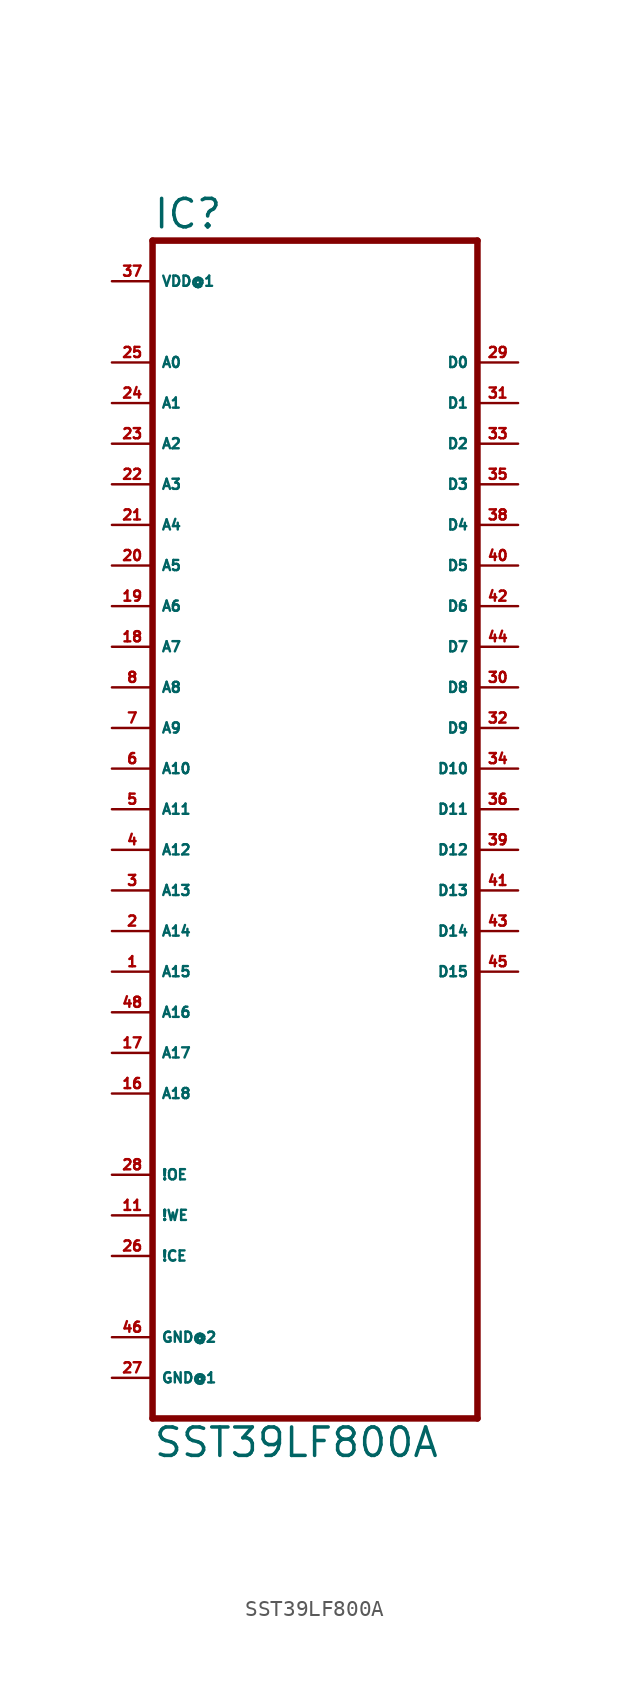
<source format=kicad_sym>
(kicad_symbol_lib
  (version 20220914)
  (generator Eagle2Kicad)
  (symbol "SST39LF800A"
    (property "Reference" "IC"
      (at -10.16 33.655 0)
      (effects (font (size 1.778 1.778) (thickness 0.22)) (justify left bottom)))
    (property "Value" "SST39LF800A"
      (at -10.16 -43.18 0)
      (effects (font (size 1.778 1.778) (thickness 0.22)) (justify left bottom)))
    (polyline
      (pts (xy -10.16 -40.64) (xy 10.16 -40.64))
      (stroke (width 0.406) (type default))
      (fill (type none)))
    (polyline
      (pts (xy 10.16 -40.64) (xy 10.16 33.02))
      (stroke (width 0.406) (type default))
      (fill (type none)))
    (polyline
      (pts (xy 10.16 33.02) (xy -10.16 33.02))
      (stroke (width 0.406) (type default))
      (fill (type none)))
    (polyline
      (pts (xy -10.16 33.02) (xy -10.16 -40.64))
      (stroke (width 0.406) (type default))
      (fill (type none)))
    (pin input line
      (at -12.7 7.62 0)
      (length 2.54)
      (name "A7" (effects (font (size 0.635 0.635) (thickness 0.08)) (justify left bottom)))
      (number "18" (effects (font (size 0.635 0.635) (thickness 0.08)) (justify left bottom))))
    (pin input line
      (at -12.7 10.16 0)
      (length 2.54)
      (name "A6" (effects (font (size 0.635 0.635) (thickness 0.08)) (justify left bottom)))
      (number "19" (effects (font (size 0.635 0.635) (thickness 0.08)) (justify left bottom))))
    (pin input line
      (at -12.7 12.7 0)
      (length 2.54)
      (name "A5" (effects (font (size 0.635 0.635) (thickness 0.08)) (justify left bottom)))
      (number "20" (effects (font (size 0.635 0.635) (thickness 0.08)) (justify left bottom))))
    (pin input line
      (at -12.7 15.24 0)
      (length 2.54)
      (name "A4" (effects (font (size 0.635 0.635) (thickness 0.08)) (justify left bottom)))
      (number "21" (effects (font (size 0.635 0.635) (thickness 0.08)) (justify left bottom))))
    (pin input line
      (at -12.7 17.78 0)
      (length 2.54)
      (name "A3" (effects (font (size 0.635 0.635) (thickness 0.08)) (justify left bottom)))
      (number "22" (effects (font (size 0.635 0.635) (thickness 0.08)) (justify left bottom))))
    (pin input line
      (at -12.7 20.32 0)
      (length 2.54)
      (name "A2" (effects (font (size 0.635 0.635) (thickness 0.08)) (justify left bottom)))
      (number "23" (effects (font (size 0.635 0.635) (thickness 0.08)) (justify left bottom))))
    (pin input line
      (at -12.7 22.86 0)
      (length 2.54)
      (name "A1" (effects (font (size 0.635 0.635) (thickness 0.08)) (justify left bottom)))
      (number "24" (effects (font (size 0.635 0.635) (thickness 0.08)) (justify left bottom))))
    (pin input line
      (at -12.7 25.4 0)
      (length 2.54)
      (name "A0" (effects (font (size 0.635 0.635) (thickness 0.08)) (justify left bottom)))
      (number "25" (effects (font (size 0.635 0.635) (thickness 0.08)) (justify left bottom))))
    (pin bidirectional line
      (at 12.7 25.4 180)
      (length 2.54)
      (name "D0" (effects (font (size 0.635 0.635) (thickness 0.08)) (justify left bottom)))
      (number "29" (effects (font (size 0.635 0.635) (thickness 0.08)) (justify left bottom))))
    (pin bidirectional line
      (at 12.7 22.86 180)
      (length 2.54)
      (name "D1" (effects (font (size 0.635 0.635) (thickness 0.08)) (justify left bottom)))
      (number "31" (effects (font (size 0.635 0.635) (thickness 0.08)) (justify left bottom))))
    (pin bidirectional line
      (at 12.7 20.32 180)
      (length 2.54)
      (name "D2" (effects (font (size 0.635 0.635) (thickness 0.08)) (justify left bottom)))
      (number "33" (effects (font (size 0.635 0.635) (thickness 0.08)) (justify left bottom))))
    (pin bidirectional line
      (at 12.7 17.78 180)
      (length 2.54)
      (name "D3" (effects (font (size 0.635 0.635) (thickness 0.08)) (justify left bottom)))
      (number "35" (effects (font (size 0.635 0.635) (thickness 0.08)) (justify left bottom))))
    (pin bidirectional line
      (at 12.7 15.24 180)
      (length 2.54)
      (name "D4" (effects (font (size 0.635 0.635) (thickness 0.08)) (justify left bottom)))
      (number "38" (effects (font (size 0.635 0.635) (thickness 0.08)) (justify left bottom))))
    (pin bidirectional line
      (at 12.7 12.7 180)
      (length 2.54)
      (name "D5" (effects (font (size 0.635 0.635) (thickness 0.08)) (justify left bottom)))
      (number "40" (effects (font (size 0.635 0.635) (thickness 0.08)) (justify left bottom))))
    (pin bidirectional line
      (at 12.7 10.16 180)
      (length 2.54)
      (name "D6" (effects (font (size 0.635 0.635) (thickness 0.08)) (justify left bottom)))
      (number "42" (effects (font (size 0.635 0.635) (thickness 0.08)) (justify left bottom))))
    (pin bidirectional line
      (at 12.7 7.62 180)
      (length 2.54)
      (name "D7" (effects (font (size 0.635 0.635) (thickness 0.08)) (justify left bottom)))
      (number "44" (effects (font (size 0.635 0.635) (thickness 0.08)) (justify left bottom))))
    (pin input line
      (at -12.7 -30.48 0)
      (length 2.54)
      (name "!CE" (effects (font (size 0.635 0.635) (thickness 0.08)) (justify left bottom)))
      (number "26" (effects (font (size 0.635 0.635) (thickness 0.08)) (justify left bottom))))
    (pin input line
      (at -12.7 0 0)
      (length 2.54)
      (name "A10" (effects (font (size 0.635 0.635) (thickness 0.08)) (justify left bottom)))
      (number "6" (effects (font (size 0.635 0.635) (thickness 0.08)) (justify left bottom))))
    (pin input line
      (at -12.7 -27.94 0)
      (length 2.54)
      (name "!WE" (effects (font (size 0.635 0.635) (thickness 0.08)) (justify left bottom)))
      (number "11" (effects (font (size 0.635 0.635) (thickness 0.08)) (justify left bottom))))
    (pin input line
      (at -12.7 2.54 0)
      (length 2.54)
      (name "A9" (effects (font (size 0.635 0.635) (thickness 0.08)) (justify left bottom)))
      (number "7" (effects (font (size 0.635 0.635) (thickness 0.08)) (justify left bottom))))
    (pin input line
      (at -12.7 5.08 0)
      (length 2.54)
      (name "A8" (effects (font (size 0.635 0.635) (thickness 0.08)) (justify left bottom)))
      (number "8" (effects (font (size 0.635 0.635) (thickness 0.08)) (justify left bottom))))
    (pin input line
      (at -12.7 -2.54 0)
      (length 2.54)
      (name "A11" (effects (font (size 0.635 0.635) (thickness 0.08)) (justify left bottom)))
      (number "5" (effects (font (size 0.635 0.635) (thickness 0.08)) (justify left bottom))))
    (pin bidirectional line
      (at 12.7 5.08 180)
      (length 2.54)
      (name "D8" (effects (font (size 0.635 0.635) (thickness 0.08)) (justify left bottom)))
      (number "30" (effects (font (size 0.635 0.635) (thickness 0.08)) (justify left bottom))))
    (pin bidirectional line
      (at 12.7 2.54 180)
      (length 2.54)
      (name "D9" (effects (font (size 0.635 0.635) (thickness 0.08)) (justify left bottom)))
      (number "32" (effects (font (size 0.635 0.635) (thickness 0.08)) (justify left bottom))))
    (pin bidirectional line
      (at 12.7 0 180)
      (length 2.54)
      (name "D10" (effects (font (size 0.635 0.635) (thickness 0.08)) (justify left bottom)))
      (number "34" (effects (font (size 0.635 0.635) (thickness 0.08)) (justify left bottom))))
    (pin bidirectional line
      (at 12.7 -2.54 180)
      (length 2.54)
      (name "D11" (effects (font (size 0.635 0.635) (thickness 0.08)) (justify left bottom)))
      (number "36" (effects (font (size 0.635 0.635) (thickness 0.08)) (justify left bottom))))
    (pin bidirectional line
      (at 12.7 -5.08 180)
      (length 2.54)
      (name "D12" (effects (font (size 0.635 0.635) (thickness 0.08)) (justify left bottom)))
      (number "39" (effects (font (size 0.635 0.635) (thickness 0.08)) (justify left bottom))))
    (pin bidirectional line
      (at 12.7 -7.62 180)
      (length 2.54)
      (name "D13" (effects (font (size 0.635 0.635) (thickness 0.08)) (justify left bottom)))
      (number "41" (effects (font (size 0.635 0.635) (thickness 0.08)) (justify left bottom))))
    (pin bidirectional line
      (at 12.7 -10.16 180)
      (length 2.54)
      (name "D14" (effects (font (size 0.635 0.635) (thickness 0.08)) (justify left bottom)))
      (number "43" (effects (font (size 0.635 0.635) (thickness 0.08)) (justify left bottom))))
    (pin bidirectional line
      (at 12.7 -12.7 180)
      (length 2.54)
      (name "D15" (effects (font (size 0.635 0.635) (thickness 0.08)) (justify left bottom)))
      (number "45" (effects (font (size 0.635 0.635) (thickness 0.08)) (justify left bottom))))
    (pin unspecified line
      (at -12.7 30.48 0)
      (length 2.54)
      (name "VDD@1" (effects (font (size 0.635 0.635) (thickness 0.08)) (justify left bottom)))
      (number "37" (effects (font (size 0.635 0.635) (thickness 0.08)) (justify left bottom))))
    (pin unspecified line
      (at -12.7 -38.1 0)
      (length 2.54)
      (name "GND@1" (effects (font (size 0.635 0.635) (thickness 0.08)) (justify left bottom)))
      (number "27" (effects (font (size 0.635 0.635) (thickness 0.08)) (justify left bottom))))
    (pin unspecified line
      (at -12.7 -35.56 0)
      (length 2.54)
      (name "GND@2" (effects (font (size 0.635 0.635) (thickness 0.08)) (justify left bottom)))
      (number "46" (effects (font (size 0.635 0.635) (thickness 0.08)) (justify left bottom))))
    (pin input line
      (at -12.7 -5.08 0)
      (length 2.54)
      (name "A12" (effects (font (size 0.635 0.635) (thickness 0.08)) (justify left bottom)))
      (number "4" (effects (font (size 0.635 0.635) (thickness 0.08)) (justify left bottom))))
    (pin input line
      (at -12.7 -7.62 0)
      (length 2.54)
      (name "A13" (effects (font (size 0.635 0.635) (thickness 0.08)) (justify left bottom)))
      (number "3" (effects (font (size 0.635 0.635) (thickness 0.08)) (justify left bottom))))
    (pin input line
      (at -12.7 -10.16 0)
      (length 2.54)
      (name "A14" (effects (font (size 0.635 0.635) (thickness 0.08)) (justify left bottom)))
      (number "2" (effects (font (size 0.635 0.635) (thickness 0.08)) (justify left bottom))))
    (pin input line
      (at -12.7 -12.7 0)
      (length 2.54)
      (name "A15" (effects (font (size 0.635 0.635) (thickness 0.08)) (justify left bottom)))
      (number "1" (effects (font (size 0.635 0.635) (thickness 0.08)) (justify left bottom))))
    (pin input line
      (at -12.7 -15.24 0)
      (length 2.54)
      (name "A16" (effects (font (size 0.635 0.635) (thickness 0.08)) (justify left bottom)))
      (number "48" (effects (font (size 0.635 0.635) (thickness 0.08)) (justify left bottom))))
    (pin input line
      (at -12.7 -25.4 0)
      (length 2.54)
      (name "!OE" (effects (font (size 0.635 0.635) (thickness 0.08)) (justify left bottom)))
      (number "28" (effects (font (size 0.635 0.635) (thickness 0.08)) (justify left bottom))))
    (pin input line
      (at -12.7 -17.78 0)
      (length 2.54)
      (name "A17" (effects (font (size 0.635 0.635) (thickness 0.08)) (justify left bottom)))
      (number "17" (effects (font (size 0.635 0.635) (thickness 0.08)) (justify left bottom))))
    (pin input line
      (at -12.7 -20.32 0)
      (length 2.54)
      (name "A18" (effects (font (size 0.635 0.635) (thickness 0.08)) (justify left bottom)))
      (number "16" (effects (font (size 0.635 0.635) (thickness 0.08)) (justify left bottom))))))
</source>
